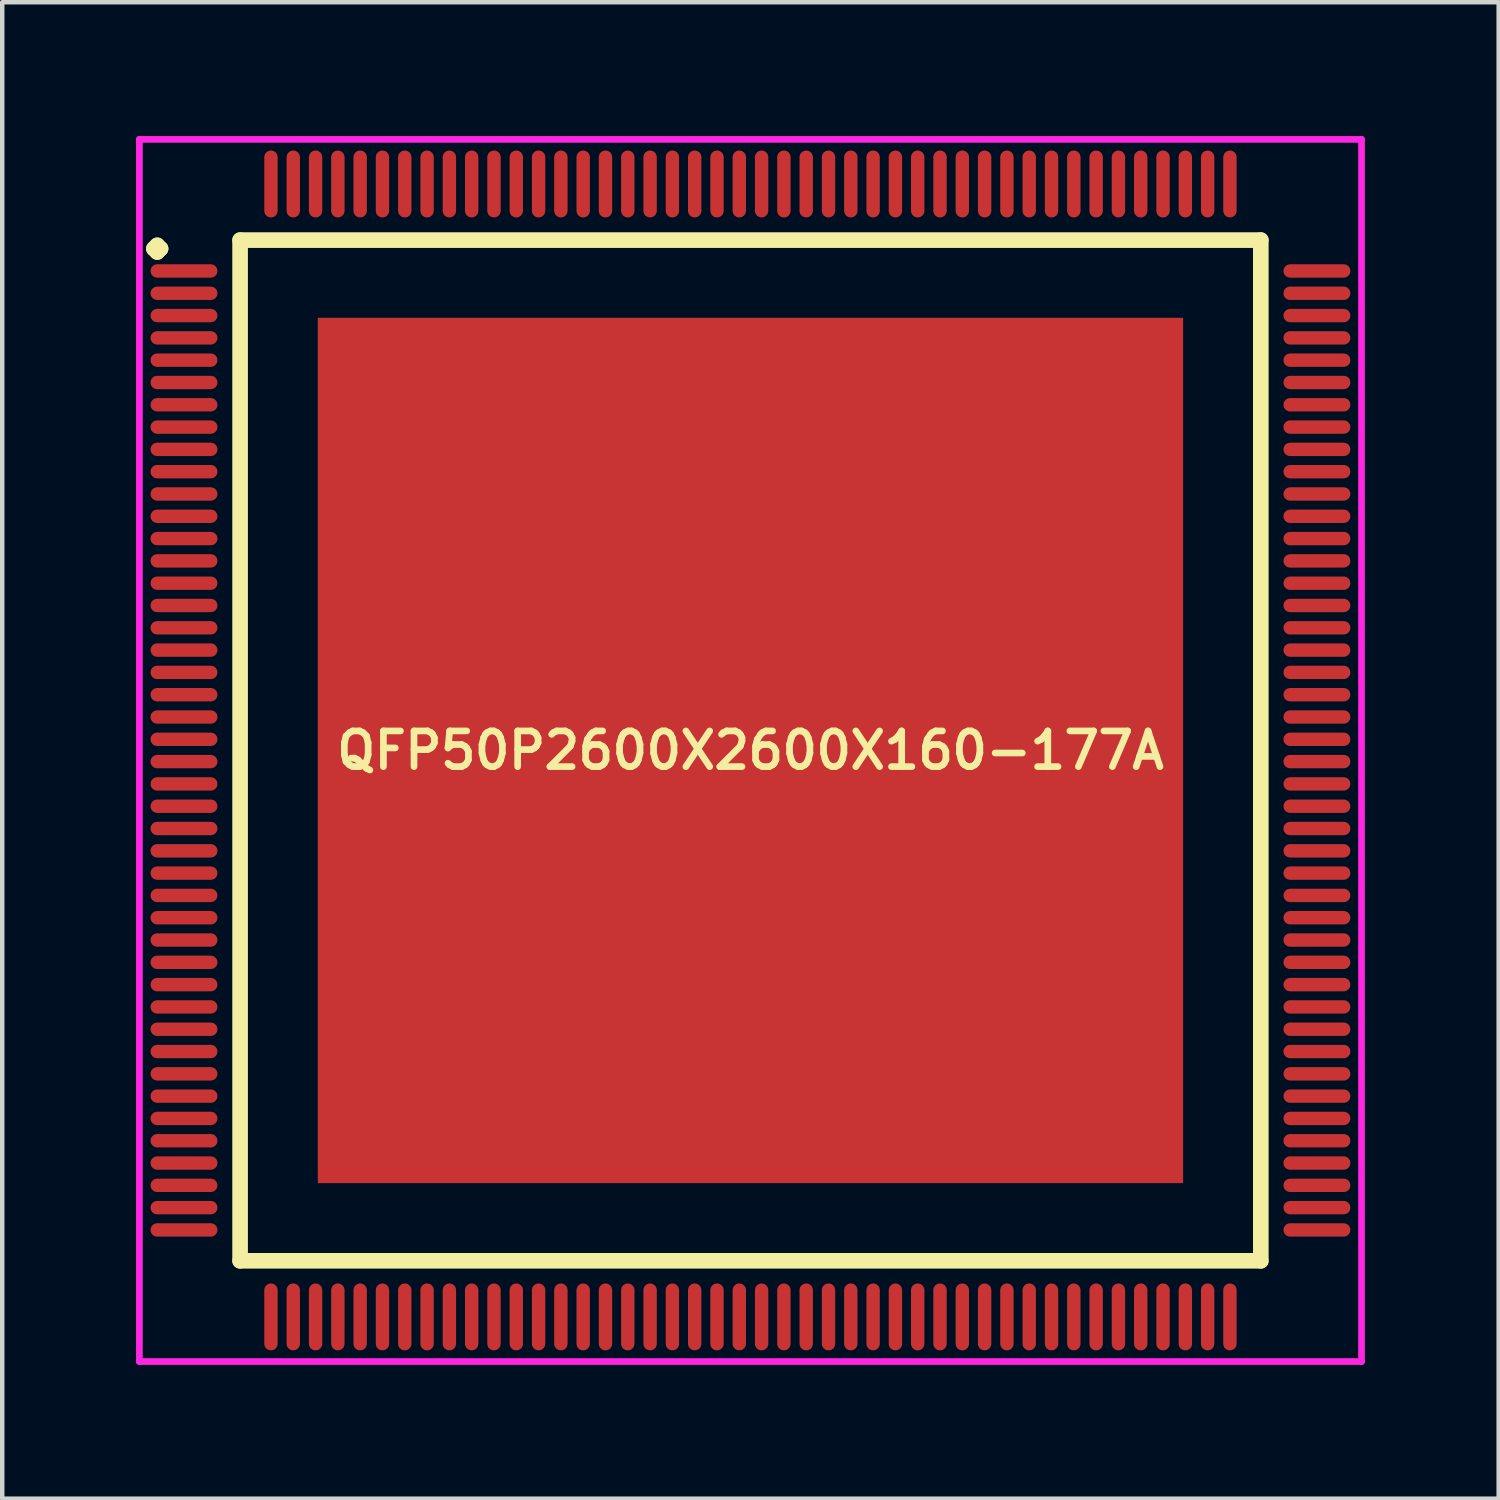
<source format=kicad_pcb>
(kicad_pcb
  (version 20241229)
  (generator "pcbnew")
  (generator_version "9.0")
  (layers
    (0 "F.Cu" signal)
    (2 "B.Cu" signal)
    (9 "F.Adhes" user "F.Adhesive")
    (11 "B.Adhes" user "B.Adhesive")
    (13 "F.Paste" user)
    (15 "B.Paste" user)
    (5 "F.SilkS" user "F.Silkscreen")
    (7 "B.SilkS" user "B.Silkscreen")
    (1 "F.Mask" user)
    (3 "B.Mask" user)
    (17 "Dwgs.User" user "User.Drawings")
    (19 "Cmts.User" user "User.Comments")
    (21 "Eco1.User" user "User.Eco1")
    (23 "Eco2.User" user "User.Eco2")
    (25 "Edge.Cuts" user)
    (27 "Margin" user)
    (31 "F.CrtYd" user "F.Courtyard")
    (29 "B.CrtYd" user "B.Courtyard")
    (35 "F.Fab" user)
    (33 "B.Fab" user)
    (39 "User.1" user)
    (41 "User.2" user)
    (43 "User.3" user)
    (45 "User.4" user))
  (footprint "QFP50P2600X2600X160-177A"
    (layer "F.Cu")
    (at 13.775 13.775)
    (property "Reference" "QFP50P2600X2600X160-177A" (at 0 0 0) (layer "F.SilkS") (effects (font (size 0.8 0.8) (thickness 0.15))))
    (attr smd)
    (fp_line (start -13.375 -11.25) (end -13.3 -11.325) (stroke (width 0.35) (type solid)) (layer "F.SilkS"))
    (fp_line (start -13.3 -11.325) (end -13.225 -11.25) (stroke (width 0.35) (type solid)) (layer "F.SilkS"))
    (fp_line (start -13.3 -11.175) (end -13.375 -11.25) (stroke (width 0.35) (type solid)) (layer "F.SilkS"))
    (fp_line (start -13.225 -11.25) (end -13.3 -11.175) (stroke (width 0.35) (type solid)) (layer "F.SilkS"))
    (fp_line (start -11.442 -11.442) (end -11.442 11.442) (stroke (width 0.35) (type solid)) (layer "F.SilkS"))
    (fp_line (start -11.442 11.442) (end 11.442 11.442) (stroke (width 0.35) (type solid)) (layer "F.SilkS"))
    (fp_line (start 11.442 -11.442) (end -11.442 -11.442) (stroke (width 0.35) (type solid)) (layer "F.SilkS"))
    (fp_line (start 11.442 11.442) (end 11.442 -11.442) (stroke (width 0.35) (type solid)) (layer "F.SilkS"))
    (fp_line (start -13.7 -13.7) (end 13.7 -13.7) (stroke (width 0.15) (type solid)) (layer "F.CrtYd"))
    (fp_line (start -13.7 13.7) (end -13.7 -13.7) (stroke (width 0.15) (type solid)) (layer "F.CrtYd"))
    (fp_line (start 13.7 -13.7) (end 13.7 13.7) (stroke (width 0.15) (type solid)) (layer "F.CrtYd"))
    (fp_line (start 13.7 13.7) (end -13.7 13.7) (stroke (width 0.15) (type solid)) (layer "F.CrtYd"))
    (pad "1" smd oval (at -12.7 -10.75) (size 1.5 0.3) (layers "F.Cu" "F.Mask" "F.Paste"))
    (pad "2" smd oval (at -12.7 -10.25) (size 1.5 0.3) (layers "F.Cu" "F.Mask" "F.Paste"))
    (pad "3" smd oval (at -12.7 -9.75) (size 1.5 0.3) (layers "F.Cu" "F.Mask" "F.Paste"))
    (pad "4" smd oval (at -12.7 -9.25) (size 1.5 0.3) (layers "F.Cu" "F.Mask" "F.Paste"))
    (pad "5" smd oval (at -12.7 -8.75) (size 1.5 0.3) (layers "F.Cu" "F.Mask" "F.Paste"))
    (pad "6" smd oval (at -12.7 -8.25) (size 1.5 0.3) (layers "F.Cu" "F.Mask" "F.Paste"))
    (pad "7" smd oval (at -12.7 -7.75) (size 1.5 0.3) (layers "F.Cu" "F.Mask" "F.Paste"))
    (pad "8" smd oval (at -12.7 -7.25) (size 1.5 0.3) (layers "F.Cu" "F.Mask" "F.Paste"))
    (pad "9" smd oval (at -12.7 -6.75) (size 1.5 0.3) (layers "F.Cu" "F.Mask" "F.Paste"))
    (pad "10" smd oval (at -12.7 -6.25) (size 1.5 0.3) (layers "F.Cu" "F.Mask" "F.Paste"))
    (pad "11" smd oval (at -12.7 -5.75) (size 1.5 0.3) (layers "F.Cu" "F.Mask" "F.Paste"))
    (pad "12" smd oval (at -12.7 -5.25) (size 1.5 0.3) (layers "F.Cu" "F.Mask" "F.Paste"))
    (pad "13" smd oval (at -12.7 -4.75) (size 1.5 0.3) (layers "F.Cu" "F.Mask" "F.Paste"))
    (pad "14" smd oval (at -12.7 -4.25) (size 1.5 0.3) (layers "F.Cu" "F.Mask" "F.Paste"))
    (pad "15" smd oval (at -12.7 -3.75) (size 1.5 0.3) (layers "F.Cu" "F.Mask" "F.Paste"))
    (pad "16" smd oval (at -12.7 -3.25) (size 1.5 0.3) (layers "F.Cu" "F.Mask" "F.Paste"))
    (pad "17" smd oval (at -12.7 -2.75) (size 1.5 0.3) (layers "F.Cu" "F.Mask" "F.Paste"))
    (pad "18" smd oval (at -12.7 -2.25) (size 1.5 0.3) (layers "F.Cu" "F.Mask" "F.Paste"))
    (pad "19" smd oval (at -12.7 -1.75) (size 1.5 0.3) (layers "F.Cu" "F.Mask" "F.Paste"))
    (pad "20" smd oval (at -12.7 -1.25) (size 1.5 0.3) (layers "F.Cu" "F.Mask" "F.Paste"))
    (pad "21" smd oval (at -12.7 -0.75) (size 1.5 0.3) (layers "F.Cu" "F.Mask" "F.Paste"))
    (pad "22" smd oval (at -12.7 -0.25) (size 1.5 0.3) (layers "F.Cu" "F.Mask" "F.Paste"))
    (pad "23" smd oval (at -12.7 0.25) (size 1.5 0.3) (layers "F.Cu" "F.Mask" "F.Paste"))
    (pad "24" smd oval (at -12.7 0.75) (size 1.5 0.3) (layers "F.Cu" "F.Mask" "F.Paste"))
    (pad "25" smd oval (at -12.7 1.25) (size 1.5 0.3) (layers "F.Cu" "F.Mask" "F.Paste"))
    (pad "26" smd oval (at -12.7 1.75) (size 1.5 0.3) (layers "F.Cu" "F.Mask" "F.Paste"))
    (pad "27" smd oval (at -12.7 2.25) (size 1.5 0.3) (layers "F.Cu" "F.Mask" "F.Paste"))
    (pad "28" smd oval (at -12.7 2.75) (size 1.5 0.3) (layers "F.Cu" "F.Mask" "F.Paste"))
    (pad "29" smd oval (at -12.7 3.25) (size 1.5 0.3) (layers "F.Cu" "F.Mask" "F.Paste"))
    (pad "30" smd oval (at -12.7 3.75) (size 1.5 0.3) (layers "F.Cu" "F.Mask" "F.Paste"))
    (pad "31" smd oval (at -12.7 4.25) (size 1.5 0.3) (layers "F.Cu" "F.Mask" "F.Paste"))
    (pad "32" smd oval (at -12.7 4.75) (size 1.5 0.3) (layers "F.Cu" "F.Mask" "F.Paste"))
    (pad "33" smd oval (at -12.7 5.25) (size 1.5 0.3) (layers "F.Cu" "F.Mask" "F.Paste"))
    (pad "34" smd oval (at -12.7 5.75) (size 1.5 0.3) (layers "F.Cu" "F.Mask" "F.Paste"))
    (pad "35" smd oval (at -12.7 6.25) (size 1.5 0.3) (layers "F.Cu" "F.Mask" "F.Paste"))
    (pad "36" smd oval (at -12.7 6.75) (size 1.5 0.3) (layers "F.Cu" "F.Mask" "F.Paste"))
    (pad "37" smd oval (at -12.7 7.25) (size 1.5 0.3) (layers "F.Cu" "F.Mask" "F.Paste"))
    (pad "38" smd oval (at -12.7 7.75) (size 1.5 0.3) (layers "F.Cu" "F.Mask" "F.Paste"))
    (pad "39" smd oval (at -12.7 8.25) (size 1.5 0.3) (layers "F.Cu" "F.Mask" "F.Paste"))
    (pad "40" smd oval (at -12.7 8.75) (size 1.5 0.3) (layers "F.Cu" "F.Mask" "F.Paste"))
    (pad "41" smd oval (at -12.7 9.25) (size 1.5 0.3) (layers "F.Cu" "F.Mask" "F.Paste"))
    (pad "42" smd oval (at -12.7 9.75) (size 1.5 0.3) (layers "F.Cu" "F.Mask" "F.Paste"))
    (pad "43" smd oval (at -12.7 10.25) (size 1.5 0.3) (layers "F.Cu" "F.Mask" "F.Paste"))
    (pad "44" smd oval (at -12.7 10.75) (size 1.5 0.3) (layers "F.Cu" "F.Mask" "F.Paste"))
    (pad "45" smd oval (at -10.75 12.7) (size 0.3 1.5) (layers "F.Cu" "F.Mask" "F.Paste"))
    (pad "46" smd oval (at -10.25 12.7) (size 0.3 1.5) (layers "F.Cu" "F.Mask" "F.Paste"))
    (pad "47" smd oval (at -9.75 12.7) (size 0.3 1.5) (layers "F.Cu" "F.Mask" "F.Paste"))
    (pad "48" smd oval (at -9.25 12.7) (size 0.3 1.5) (layers "F.Cu" "F.Mask" "F.Paste"))
    (pad "49" smd oval (at -8.75 12.7) (size 0.3 1.5) (layers "F.Cu" "F.Mask" "F.Paste"))
    (pad "50" smd oval (at -8.25 12.7) (size 0.3 1.5) (layers "F.Cu" "F.Mask" "F.Paste"))
    (pad "51" smd oval (at -7.75 12.7) (size 0.3 1.5) (layers "F.Cu" "F.Mask" "F.Paste"))
    (pad "52" smd oval (at -7.25 12.7) (size 0.3 1.5) (layers "F.Cu" "F.Mask" "F.Paste"))
    (pad "53" smd oval (at -6.75 12.7) (size 0.3 1.5) (layers "F.Cu" "F.Mask" "F.Paste"))
    (pad "54" smd oval (at -6.25 12.7) (size 0.3 1.5) (layers "F.Cu" "F.Mask" "F.Paste"))
    (pad "55" smd oval (at -5.75 12.7) (size 0.3 1.5) (layers "F.Cu" "F.Mask" "F.Paste"))
    (pad "56" smd oval (at -5.25 12.7) (size 0.3 1.5) (layers "F.Cu" "F.Mask" "F.Paste"))
    (pad "57" smd oval (at -4.75 12.7) (size 0.3 1.5) (layers "F.Cu" "F.Mask" "F.Paste"))
    (pad "58" smd oval (at -4.25 12.7) (size 0.3 1.5) (layers "F.Cu" "F.Mask" "F.Paste"))
    (pad "59" smd oval (at -3.75 12.7) (size 0.3 1.5) (layers "F.Cu" "F.Mask" "F.Paste"))
    (pad "60" smd oval (at -3.25 12.7) (size 0.3 1.5) (layers "F.Cu" "F.Mask" "F.Paste"))
    (pad "61" smd oval (at -2.75 12.7) (size 0.3 1.5) (layers "F.Cu" "F.Mask" "F.Paste"))
    (pad "62" smd oval (at -2.25 12.7) (size 0.3 1.5) (layers "F.Cu" "F.Mask" "F.Paste"))
    (pad "63" smd oval (at -1.75 12.7) (size 0.3 1.5) (layers "F.Cu" "F.Mask" "F.Paste"))
    (pad "64" smd oval (at -1.25 12.7) (size 0.3 1.5) (layers "F.Cu" "F.Mask" "F.Paste"))
    (pad "65" smd oval (at -0.75 12.7) (size 0.3 1.5) (layers "F.Cu" "F.Mask" "F.Paste"))
    (pad "66" smd oval (at -0.25 12.7) (size 0.3 1.5) (layers "F.Cu" "F.Mask" "F.Paste"))
    (pad "67" smd oval (at 0.25 12.7) (size 0.3 1.5) (layers "F.Cu" "F.Mask" "F.Paste"))
    (pad "68" smd oval (at 0.75 12.7) (size 0.3 1.5) (layers "F.Cu" "F.Mask" "F.Paste"))
    (pad "69" smd oval (at 1.25 12.7) (size 0.3 1.5) (layers "F.Cu" "F.Mask" "F.Paste"))
    (pad "70" smd oval (at 1.75 12.7) (size 0.3 1.5) (layers "F.Cu" "F.Mask" "F.Paste"))
    (pad "71" smd oval (at 2.25 12.7) (size 0.3 1.5) (layers "F.Cu" "F.Mask" "F.Paste"))
    (pad "72" smd oval (at 2.75 12.7) (size 0.3 1.5) (layers "F.Cu" "F.Mask" "F.Paste"))
    (pad "73" smd oval (at 3.25 12.7) (size 0.3 1.5) (layers "F.Cu" "F.Mask" "F.Paste"))
    (pad "74" smd oval (at 3.75 12.7) (size 0.3 1.5) (layers "F.Cu" "F.Mask" "F.Paste"))
    (pad "75" smd oval (at 4.25 12.7) (size 0.3 1.5) (layers "F.Cu" "F.Mask" "F.Paste"))
    (pad "76" smd oval (at 4.75 12.7) (size 0.3 1.5) (layers "F.Cu" "F.Mask" "F.Paste"))
    (pad "77" smd oval (at 5.25 12.7) (size 0.3 1.5) (layers "F.Cu" "F.Mask" "F.Paste"))
    (pad "78" smd oval (at 5.75 12.7) (size 0.3 1.5) (layers "F.Cu" "F.Mask" "F.Paste"))
    (pad "79" smd oval (at 6.25 12.7) (size 0.3 1.5) (layers "F.Cu" "F.Mask" "F.Paste"))
    (pad "80" smd oval (at 6.75 12.7) (size 0.3 1.5) (layers "F.Cu" "F.Mask" "F.Paste"))
    (pad "81" smd oval (at 7.25 12.7) (size 0.3 1.5) (layers "F.Cu" "F.Mask" "F.Paste"))
    (pad "82" smd oval (at 7.75 12.7) (size 0.3 1.5) (layers "F.Cu" "F.Mask" "F.Paste"))
    (pad "83" smd oval (at 8.25 12.7) (size 0.3 1.5) (layers "F.Cu" "F.Mask" "F.Paste"))
    (pad "84" smd oval (at 8.75 12.7) (size 0.3 1.5) (layers "F.Cu" "F.Mask" "F.Paste"))
    (pad "85" smd oval (at 9.25 12.7) (size 0.3 1.5) (layers "F.Cu" "F.Mask" "F.Paste"))
    (pad "86" smd oval (at 9.75 12.7) (size 0.3 1.5) (layers "F.Cu" "F.Mask" "F.Paste"))
    (pad "87" smd oval (at 10.25 12.7) (size 0.3 1.5) (layers "F.Cu" "F.Mask" "F.Paste"))
    (pad "88" smd oval (at 10.75 12.7) (size 0.3 1.5) (layers "F.Cu" "F.Mask" "F.Paste"))
    (pad "89" smd oval (at 12.7 10.75) (size 1.5 0.3) (layers "F.Cu" "F.Mask" "F.Paste"))
    (pad "90" smd oval (at 12.7 10.25) (size 1.5 0.3) (layers "F.Cu" "F.Mask" "F.Paste"))
    (pad "91" smd oval (at 12.7 9.75) (size 1.5 0.3) (layers "F.Cu" "F.Mask" "F.Paste"))
    (pad "92" smd oval (at 12.7 9.25) (size 1.5 0.3) (layers "F.Cu" "F.Mask" "F.Paste"))
    (pad "93" smd oval (at 12.7 8.75) (size 1.5 0.3) (layers "F.Cu" "F.Mask" "F.Paste"))
    (pad "94" smd oval (at 12.7 8.25) (size 1.5 0.3) (layers "F.Cu" "F.Mask" "F.Paste"))
    (pad "95" smd oval (at 12.7 7.75) (size 1.5 0.3) (layers "F.Cu" "F.Mask" "F.Paste"))
    (pad "96" smd oval (at 12.7 7.25) (size 1.5 0.3) (layers "F.Cu" "F.Mask" "F.Paste"))
    (pad "97" smd oval (at 12.7 6.75) (size 1.5 0.3) (layers "F.Cu" "F.Mask" "F.Paste"))
    (pad "98" smd oval (at 12.7 6.25) (size 1.5 0.3) (layers "F.Cu" "F.Mask" "F.Paste"))
    (pad "99" smd oval (at 12.7 5.75) (size 1.5 0.3) (layers "F.Cu" "F.Mask" "F.Paste"))
    (pad "100" smd oval (at 12.7 5.25) (size 1.5 0.3) (layers "F.Cu" "F.Mask" "F.Paste"))
    (pad "101" smd oval (at 12.7 4.75) (size 1.5 0.3) (layers "F.Cu" "F.Mask" "F.Paste"))
    (pad "102" smd oval (at 12.7 4.25) (size 1.5 0.3) (layers "F.Cu" "F.Mask" "F.Paste"))
    (pad "103" smd oval (at 12.7 3.75) (size 1.5 0.3) (layers "F.Cu" "F.Mask" "F.Paste"))
    (pad "104" smd oval (at 12.7 3.25) (size 1.5 0.3) (layers "F.Cu" "F.Mask" "F.Paste"))
    (pad "105" smd oval (at 12.7 2.75) (size 1.5 0.3) (layers "F.Cu" "F.Mask" "F.Paste"))
    (pad "106" smd oval (at 12.7 2.25) (size 1.5 0.3) (layers "F.Cu" "F.Mask" "F.Paste"))
    (pad "107" smd oval (at 12.7 1.75) (size 1.5 0.3) (layers "F.Cu" "F.Mask" "F.Paste"))
    (pad "108" smd oval (at 12.7 1.25) (size 1.5 0.3) (layers "F.Cu" "F.Mask" "F.Paste"))
    (pad "109" smd oval (at 12.7 0.75) (size 1.5 0.3) (layers "F.Cu" "F.Mask" "F.Paste"))
    (pad "110" smd oval (at 12.7 0.25) (size 1.5 0.3) (layers "F.Cu" "F.Mask" "F.Paste"))
    (pad "111" smd oval (at 12.7 -0.25) (size 1.5 0.3) (layers "F.Cu" "F.Mask" "F.Paste"))
    (pad "112" smd oval (at 12.7 -0.75) (size 1.5 0.3) (layers "F.Cu" "F.Mask" "F.Paste"))
    (pad "113" smd oval (at 12.7 -1.25) (size 1.5 0.3) (layers "F.Cu" "F.Mask" "F.Paste"))
    (pad "114" smd oval (at 12.7 -1.75) (size 1.5 0.3) (layers "F.Cu" "F.Mask" "F.Paste"))
    (pad "115" smd oval (at 12.7 -2.25) (size 1.5 0.3) (layers "F.Cu" "F.Mask" "F.Paste"))
    (pad "116" smd oval (at 12.7 -2.75) (size 1.5 0.3) (layers "F.Cu" "F.Mask" "F.Paste"))
    (pad "117" smd oval (at 12.7 -3.25) (size 1.5 0.3) (layers "F.Cu" "F.Mask" "F.Paste"))
    (pad "118" smd oval (at 12.7 -3.75) (size 1.5 0.3) (layers "F.Cu" "F.Mask" "F.Paste"))
    (pad "119" smd oval (at 12.7 -4.25) (size 1.5 0.3) (layers "F.Cu" "F.Mask" "F.Paste"))
    (pad "120" smd oval (at 12.7 -4.75) (size 1.5 0.3) (layers "F.Cu" "F.Mask" "F.Paste"))
    (pad "121" smd oval (at 12.7 -5.25) (size 1.5 0.3) (layers "F.Cu" "F.Mask" "F.Paste"))
    (pad "122" smd oval (at 12.7 -5.75) (size 1.5 0.3) (layers "F.Cu" "F.Mask" "F.Paste"))
    (pad "123" smd oval (at 12.7 -6.25) (size 1.5 0.3) (layers "F.Cu" "F.Mask" "F.Paste"))
    (pad "124" smd oval (at 12.7 -6.75) (size 1.5 0.3) (layers "F.Cu" "F.Mask" "F.Paste"))
    (pad "125" smd oval (at 12.7 -7.25) (size 1.5 0.3) (layers "F.Cu" "F.Mask" "F.Paste"))
    (pad "126" smd oval (at 12.7 -7.75) (size 1.5 0.3) (layers "F.Cu" "F.Mask" "F.Paste"))
    (pad "127" smd oval (at 12.7 -8.25) (size 1.5 0.3) (layers "F.Cu" "F.Mask" "F.Paste"))
    (pad "128" smd oval (at 12.7 -8.75) (size 1.5 0.3) (layers "F.Cu" "F.Mask" "F.Paste"))
    (pad "129" smd oval (at 12.7 -9.25) (size 1.5 0.3) (layers "F.Cu" "F.Mask" "F.Paste"))
    (pad "130" smd oval (at 12.7 -9.75) (size 1.5 0.3) (layers "F.Cu" "F.Mask" "F.Paste"))
    (pad "131" smd oval (at 12.7 -10.25) (size 1.5 0.3) (layers "F.Cu" "F.Mask" "F.Paste"))
    (pad "132" smd oval (at 12.7 -10.75) (size 1.5 0.3) (layers "F.Cu" "F.Mask" "F.Paste"))
    (pad "133" smd oval (at 10.75 -12.7) (size 0.3 1.5) (layers "F.Cu" "F.Mask" "F.Paste"))
    (pad "134" smd oval (at 10.25 -12.7) (size 0.3 1.5) (layers "F.Cu" "F.Mask" "F.Paste"))
    (pad "135" smd oval (at 9.75 -12.7) (size 0.3 1.5) (layers "F.Cu" "F.Mask" "F.Paste"))
    (pad "136" smd oval (at 9.25 -12.7) (size 0.3 1.5) (layers "F.Cu" "F.Mask" "F.Paste"))
    (pad "137" smd oval (at 8.75 -12.7) (size 0.3 1.5) (layers "F.Cu" "F.Mask" "F.Paste"))
    (pad "138" smd oval (at 8.25 -12.7) (size 0.3 1.5) (layers "F.Cu" "F.Mask" "F.Paste"))
    (pad "139" smd oval (at 7.75 -12.7) (size 0.3 1.5) (layers "F.Cu" "F.Mask" "F.Paste"))
    (pad "140" smd oval (at 7.25 -12.7) (size 0.3 1.5) (layers "F.Cu" "F.Mask" "F.Paste"))
    (pad "141" smd oval (at 6.75 -12.7) (size 0.3 1.5) (layers "F.Cu" "F.Mask" "F.Paste"))
    (pad "142" smd oval (at 6.25 -12.7) (size 0.3 1.5) (layers "F.Cu" "F.Mask" "F.Paste"))
    (pad "143" smd oval (at 5.75 -12.7) (size 0.3 1.5) (layers "F.Cu" "F.Mask" "F.Paste"))
    (pad "144" smd oval (at 5.25 -12.7) (size 0.3 1.5) (layers "F.Cu" "F.Mask" "F.Paste"))
    (pad "145" smd oval (at 4.75 -12.7) (size 0.3 1.5) (layers "F.Cu" "F.Mask" "F.Paste"))
    (pad "146" smd oval (at 4.25 -12.7) (size 0.3 1.5) (layers "F.Cu" "F.Mask" "F.Paste"))
    (pad "147" smd oval (at 3.75 -12.7) (size 0.3 1.5) (layers "F.Cu" "F.Mask" "F.Paste"))
    (pad "148" smd oval (at 3.25 -12.7) (size 0.3 1.5) (layers "F.Cu" "F.Mask" "F.Paste"))
    (pad "149" smd oval (at 2.75 -12.7) (size 0.3 1.5) (layers "F.Cu" "F.Mask" "F.Paste"))
    (pad "150" smd oval (at 2.25 -12.7) (size 0.3 1.5) (layers "F.Cu" "F.Mask" "F.Paste"))
    (pad "151" smd oval (at 1.75 -12.7) (size 0.3 1.5) (layers "F.Cu" "F.Mask" "F.Paste"))
    (pad "152" smd oval (at 1.25 -12.7) (size 0.3 1.5) (layers "F.Cu" "F.Mask" "F.Paste"))
    (pad "153" smd oval (at 0.75 -12.7) (size 0.3 1.5) (layers "F.Cu" "F.Mask" "F.Paste"))
    (pad "154" smd oval (at 0.25 -12.7) (size 0.3 1.5) (layers "F.Cu" "F.Mask" "F.Paste"))
    (pad "155" smd oval (at -0.25 -12.7) (size 0.3 1.5) (layers "F.Cu" "F.Mask" "F.Paste"))
    (pad "156" smd oval (at -0.75 -12.7) (size 0.3 1.5) (layers "F.Cu" "F.Mask" "F.Paste"))
    (pad "157" smd oval (at -1.25 -12.7) (size 0.3 1.5) (layers "F.Cu" "F.Mask" "F.Paste"))
    (pad "158" smd oval (at -1.75 -12.7) (size 0.3 1.5) (layers "F.Cu" "F.Mask" "F.Paste"))
    (pad "159" smd oval (at -2.25 -12.7) (size 0.3 1.5) (layers "F.Cu" "F.Mask" "F.Paste"))
    (pad "160" smd oval (at -2.75 -12.7) (size 0.3 1.5) (layers "F.Cu" "F.Mask" "F.Paste"))
    (pad "161" smd oval (at -3.25 -12.7) (size 0.3 1.5) (layers "F.Cu" "F.Mask" "F.Paste"))
    (pad "162" smd oval (at -3.75 -12.7) (size 0.3 1.5) (layers "F.Cu" "F.Mask" "F.Paste"))
    (pad "163" smd oval (at -4.25 -12.7) (size 0.3 1.5) (layers "F.Cu" "F.Mask" "F.Paste"))
    (pad "164" smd oval (at -4.75 -12.7) (size 0.3 1.5) (layers "F.Cu" "F.Mask" "F.Paste"))
    (pad "165" smd oval (at -5.25 -12.7) (size 0.3 1.5) (layers "F.Cu" "F.Mask" "F.Paste"))
    (pad "166" smd oval (at -5.75 -12.7) (size 0.3 1.5) (layers "F.Cu" "F.Mask" "F.Paste"))
    (pad "167" smd oval (at -6.25 -12.7) (size 0.3 1.5) (layers "F.Cu" "F.Mask" "F.Paste"))
    (pad "168" smd oval (at -6.75 -12.7) (size 0.3 1.5) (layers "F.Cu" "F.Mask" "F.Paste"))
    (pad "169" smd oval (at -7.25 -12.7) (size 0.3 1.5) (layers "F.Cu" "F.Mask" "F.Paste"))
    (pad "170" smd oval (at -7.75 -12.7) (size 0.3 1.5) (layers "F.Cu" "F.Mask" "F.Paste"))
    (pad "171" smd oval (at -8.25 -12.7) (size 0.3 1.5) (layers "F.Cu" "F.Mask" "F.Paste"))
    (pad "172" smd oval (at -8.75 -12.7) (size 0.3 1.5) (layers "F.Cu" "F.Mask" "F.Paste"))
    (pad "173" smd oval (at -9.25 -12.7) (size 0.3 1.5) (layers "F.Cu" "F.Mask" "F.Paste"))
    (pad "174" smd oval (at -9.75 -12.7) (size 0.3 1.5) (layers "F.Cu" "F.Mask" "F.Paste"))
    (pad "175" smd oval (at -10.25 -12.7) (size 0.3 1.5) (layers "F.Cu" "F.Mask" "F.Paste"))
    (pad "176" smd oval (at -10.75 -12.7) (size 0.3 1.5) (layers "F.Cu" "F.Mask" "F.Paste"))
    (pad "177" smd rect (at 0 0) (size 19.4 19.4) (layers "F.Cu" "F.Mask" "F.Paste")))
  (gr_rect
    (start -3 -3)
    (end 30.55 30.55)
    (stroke (width 0.1) (type default))
    (fill no)
    (layer "Edge.Cuts")))
</source>
